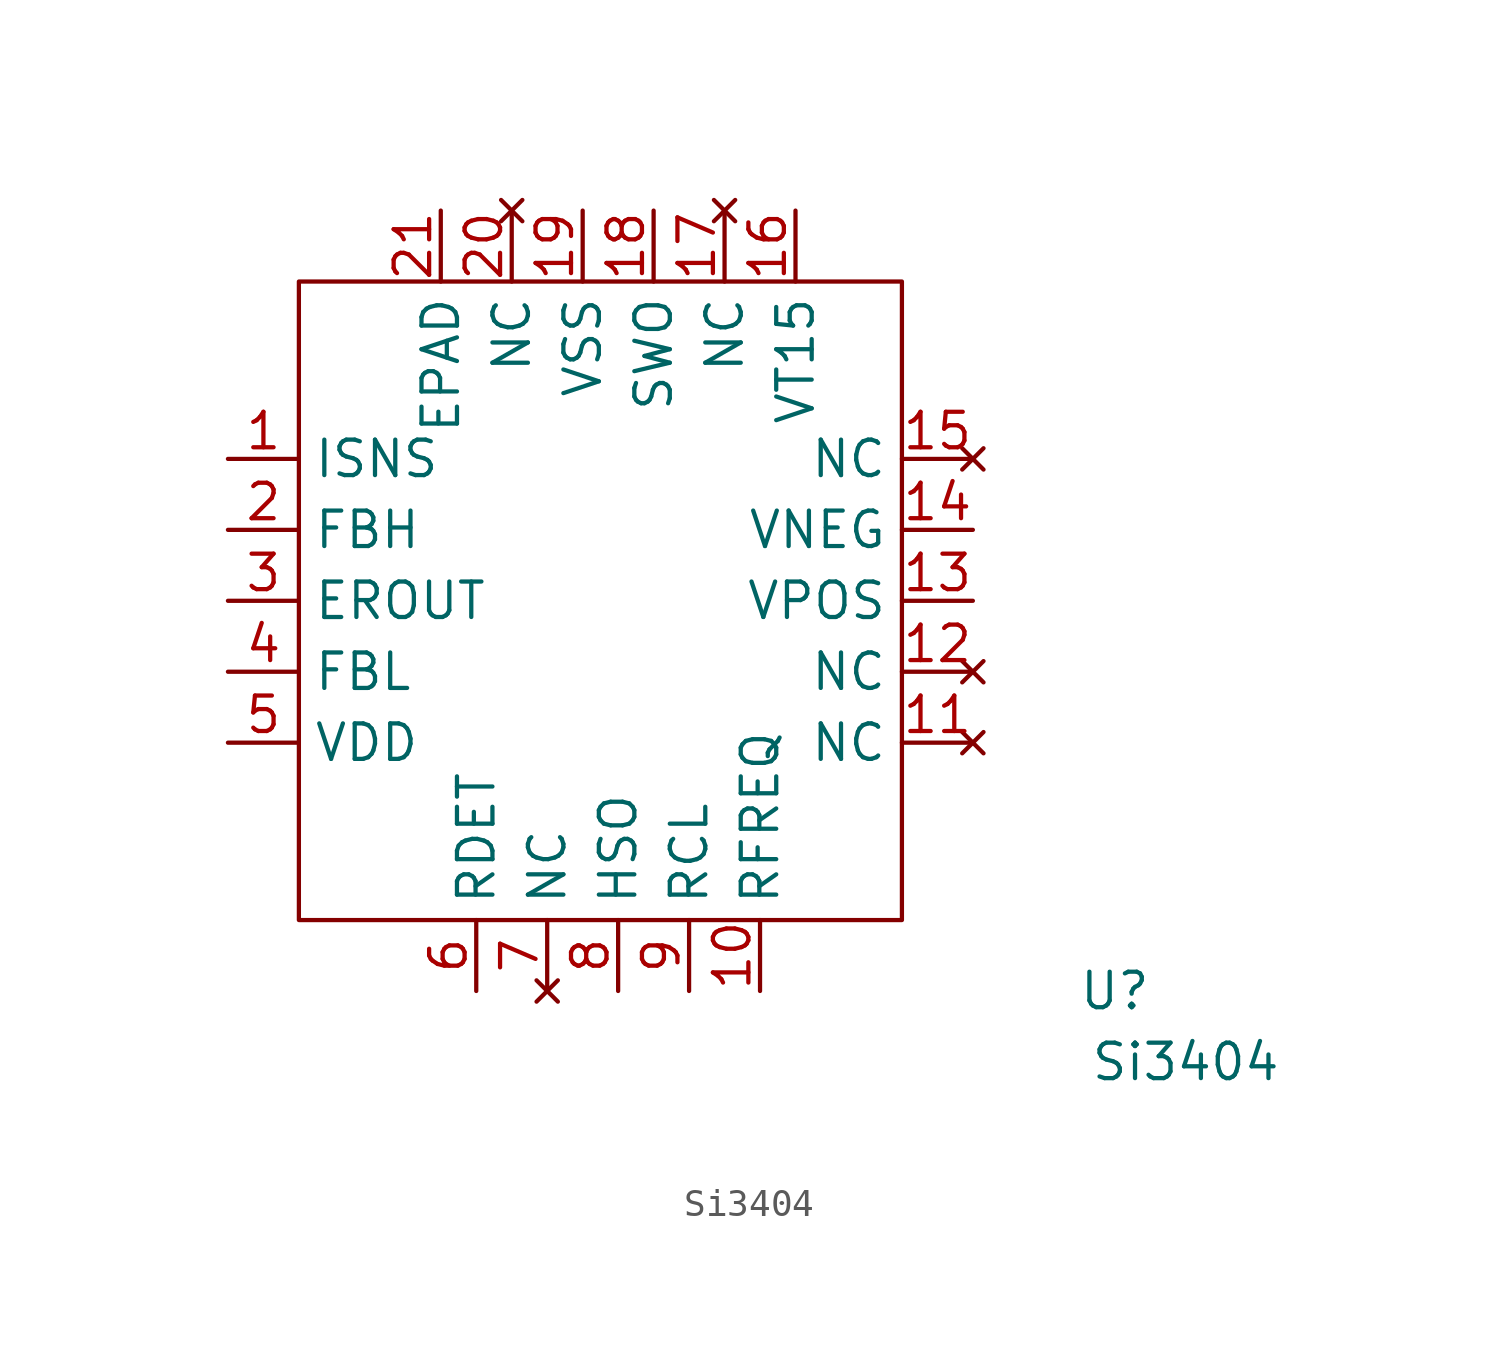
<source format=kicad_sym>
(kicad_symbol_lib
  (version 20211014)
  (generator kicad_symbol_editor)
  (symbol "Si3404"
    (property "Reference" "U"
      (at 19.05 -12.7 0)
      (effects (font (size 1.27 1.27))))
    (property "Value" "Si3404"
      (at 21.59 -15.24 0)
      (effects (font (size 1.27 1.27))))
    (symbol "Si3404_0_1"
      (rectangle (start -10.16 12.7) (end 11.43 -10.16) (stroke (width 0) (type default) (color 0 0 0 0)) (fill (type none))))
    (symbol "Si3404_1_1"
      (pin passive line (at -12.7 6.35 0) (length 2.54) (name "ISNS" (effects (font (size 1.27 1.27)))) (number "1" (effects (font (size 1.27 1.27)))))
      (pin passive line (at 6.35 -12.7 90) (length 2.54) (name "RFREQ" (effects (font (size 1.27 1.27)))) (number "10" (effects (font (size 1.27 1.27)))))
      (pin no_connect line (at 13.97 -3.81 180) (length 2.54) (name "NC" (effects (font (size 1.27 1.27)))) (number "11" (effects (font (size 1.27 1.27)))))
      (pin no_connect line (at 13.97 -1.27 180) (length 2.54) (name "NC" (effects (font (size 1.27 1.27)))) (number "12" (effects (font (size 1.27 1.27)))))
      (pin passive line (at 13.97 1.27 180) (length 2.54) (name "VPOS" (effects (font (size 1.27 1.27)))) (number "13" (effects (font (size 1.27 1.27)))))
      (pin passive line (at 13.97 3.81 180) (length 2.54) (name "VNEG" (effects (font (size 1.27 1.27)))) (number "14" (effects (font (size 1.27 1.27)))))
      (pin no_connect line (at 13.97 6.35 180) (length 2.54) (name "NC" (effects (font (size 1.27 1.27)))) (number "15" (effects (font (size 1.27 1.27)))))
      (pin passive line (at 7.62 15.24 270) (length 2.54) (name "VT15" (effects (font (size 1.27 1.27)))) (number "16" (effects (font (size 1.27 1.27)))))
      (pin no_connect line (at 5.08 15.24 270) (length 2.54) (name "NC" (effects (font (size 1.27 1.27)))) (number "17" (effects (font (size 1.27 1.27)))))
      (pin passive line (at 2.54 15.24 270) (length 2.54) (name "SWO" (effects (font (size 1.27 1.27)))) (number "18" (effects (font (size 1.27 1.27)))))
      (pin power_in line (at 0 15.24 270) (length 2.54) (name "VSS" (effects (font (size 1.27 1.27)))) (number "19" (effects (font (size 1.27 1.27)))))
      (pin passive line (at -12.7 3.81 0) (length 2.54) (name "FBH" (effects (font (size 1.27 1.27)))) (number "2" (effects (font (size 1.27 1.27)))))
      (pin no_connect line (at -2.54 15.24 270) (length 2.54) (name "NC" (effects (font (size 1.27 1.27)))) (number "20" (effects (font (size 1.27 1.27)))))
      (pin passive line (at -5.08 15.24 270) (length 2.54) (name "EPAD" (effects (font (size 1.27 1.27)))) (number "21" (effects (font (size 1.27 1.27)))))
      (pin passive line (at -12.7 1.27 0) (length 2.54) (name "EROUT" (effects (font (size 1.27 1.27)))) (number "3" (effects (font (size 1.27 1.27)))))
      (pin passive line (at -12.7 -1.27 0) (length 2.54) (name "FBL" (effects (font (size 1.27 1.27)))) (number "4" (effects (font (size 1.27 1.27)))))
      (pin power_in line (at -12.7 -3.81 0) (length 2.54) (name "VDD" (effects (font (size 1.27 1.27)))) (number "5" (effects (font (size 1.27 1.27)))))
      (pin passive line (at -3.81 -12.7 90) (length 2.54) (name "RDET" (effects (font (size 1.27 1.27)))) (number "6" (effects (font (size 1.27 1.27)))))
      (pin no_connect line (at -1.27 -12.7 90) (length 2.54) (name "NC" (effects (font (size 1.27 1.27)))) (number "7" (effects (font (size 1.27 1.27)))))
      (pin passive line (at 1.27 -12.7 90) (length 2.54) (name "HSO" (effects (font (size 1.27 1.27)))) (number "8" (effects (font (size 1.27 1.27)))))
      (pin passive line (at 3.81 -12.7 90) (length 2.54) (name "RCL" (effects (font (size 1.27 1.27)))) (number "9" (effects (font (size 1.27 1.27))))))))
</source>
